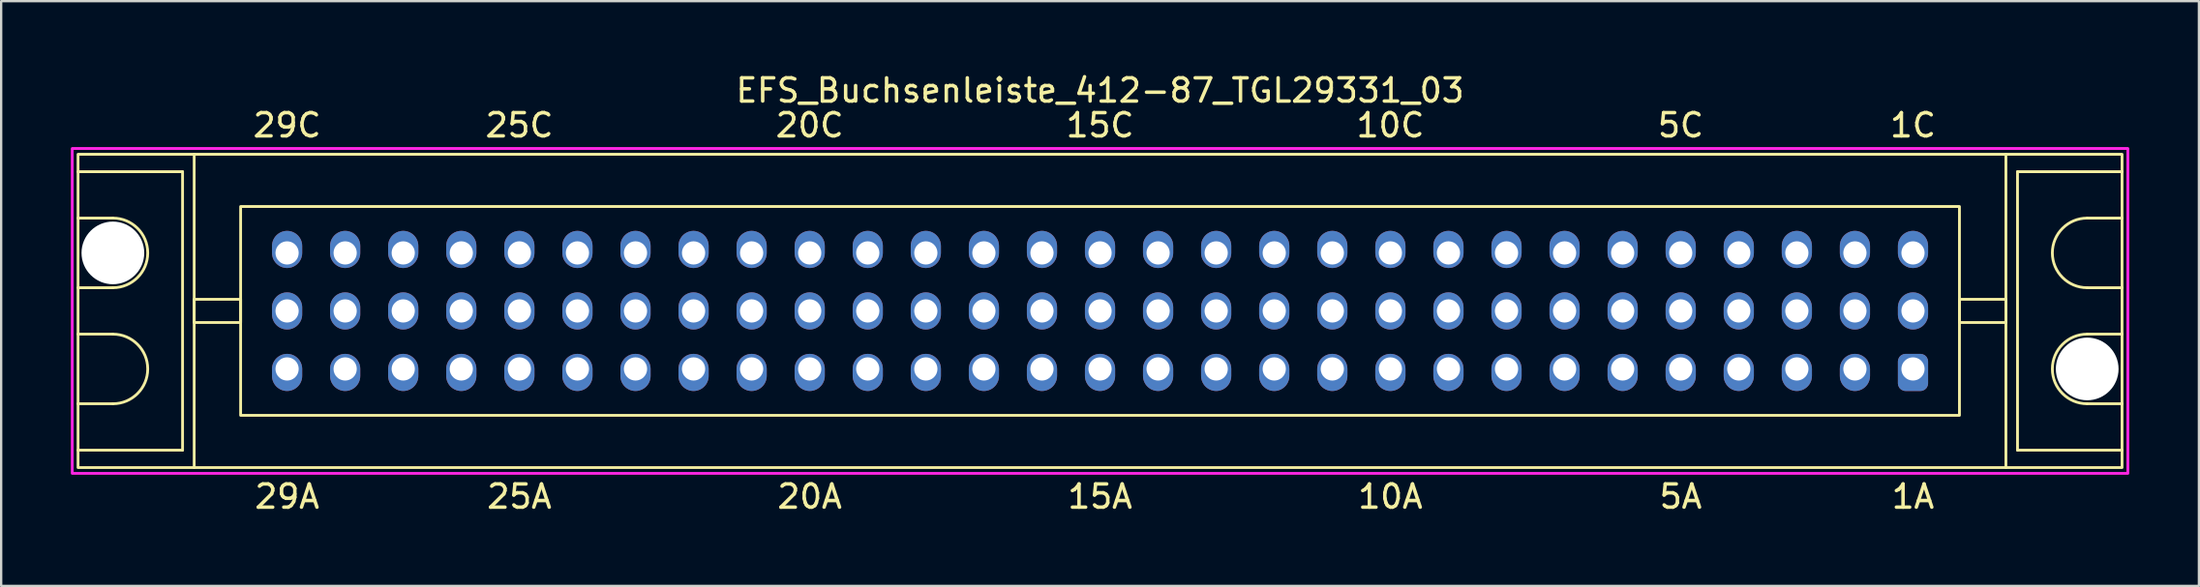
<source format=kicad_pcb>
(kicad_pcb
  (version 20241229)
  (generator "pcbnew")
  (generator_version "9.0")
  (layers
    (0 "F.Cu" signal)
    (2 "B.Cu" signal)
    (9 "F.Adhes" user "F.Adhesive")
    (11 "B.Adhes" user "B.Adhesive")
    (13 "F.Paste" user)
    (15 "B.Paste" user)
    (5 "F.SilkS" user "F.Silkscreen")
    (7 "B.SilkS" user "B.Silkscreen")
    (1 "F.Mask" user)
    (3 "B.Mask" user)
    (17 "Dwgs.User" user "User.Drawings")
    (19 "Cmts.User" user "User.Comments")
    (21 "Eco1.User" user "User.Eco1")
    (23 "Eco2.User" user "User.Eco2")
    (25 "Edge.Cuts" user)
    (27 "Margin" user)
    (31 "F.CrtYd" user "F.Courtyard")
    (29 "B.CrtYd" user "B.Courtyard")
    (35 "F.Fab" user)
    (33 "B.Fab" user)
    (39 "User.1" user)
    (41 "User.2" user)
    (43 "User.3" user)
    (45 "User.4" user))
  (footprint "EFS_Buchsenleiste_412-87_TGL29331_03"
    (layer "F.Cu")
    (at 44.31 10.348)
    (property "Reference" "EFS_Buchsenleiste_412-87_TGL29331_03" (at 0 -9.5 180) (layer "F.SilkS") (effects (font (size 1 1) (thickness 0.15))))
    (attr through_hole)
    (fp_line (start -44 -6) (end -39.5 -6) (stroke (width 0.12) (type solid)) (layer "F.SilkS"))
    (fp_line (start -42.5 -4) (end -44 -4) (stroke (width 0.12) (type solid)) (layer "F.SilkS"))
    (fp_line (start -42.5 -1) (end -44 -1) (stroke (width 0.12) (type solid)) (layer "F.SilkS"))
    (fp_line (start -42.5 1) (end -44 1) (stroke (width 0.12) (type solid)) (layer "F.SilkS"))
    (fp_line (start -42.5 4) (end -44 4) (stroke (width 0.12) (type solid)) (layer "F.SilkS"))
    (fp_line (start -39.5 -6) (end -39.5 6) (stroke (width 0.12) (type solid)) (layer "F.SilkS"))
    (fp_line (start -39.5 6) (end -44 6) (stroke (width 0.12) (type solid)) (layer "F.SilkS"))
    (fp_line (start -39 6.75) (end -39 -6.75) (stroke (width 0.12) (type solid)) (layer "F.SilkS"))
    (fp_line (start 39 6.75) (end 39 -6.75) (stroke (width 0.12) (type solid)) (layer "F.SilkS"))
    (fp_line (start 39.5 -6) (end 39.5 6) (stroke (width 0.12) (type solid)) (layer "F.SilkS"))
    (fp_line (start 39.5 6) (end 44 6) (stroke (width 0.12) (type solid)) (layer "F.SilkS"))
    (fp_line (start 42.5 -4) (end 44 -4) (stroke (width 0.12) (type solid)) (layer "F.SilkS"))
    (fp_line (start 42.5 -1) (end 44 -1) (stroke (width 0.12) (type solid)) (layer "F.SilkS"))
    (fp_line (start 42.5 1) (end 44 1) (stroke (width 0.12) (type solid)) (layer "F.SilkS"))
    (fp_line (start 42.5 4) (end 44 4) (stroke (width 0.12) (type solid)) (layer "F.SilkS"))
    (fp_line (start 44 -6) (end 39.5 -6) (stroke (width 0.12) (type solid)) (layer "F.SilkS"))
    (fp_rect (start -44 -6.75) (end 44 6.75) (stroke (width 0.12) (type solid)) (fill no) (layer "F.SilkS"))
    (fp_rect (start -39 -0.5) (end -37 0.5) (stroke (width 0.12) (type solid)) (fill no) (layer "F.SilkS"))
    (fp_rect (start -37 -4.5) (end 37 4.5) (stroke (width 0.12) (type solid)) (fill no) (layer "F.SilkS"))
    (fp_rect (start 39 -0.5) (end 37 0.5) (stroke (width 0.12) (type solid)) (fill no) (layer "F.SilkS"))
    (fp_arc (start -42.5 -4) (mid -41 -2.5) (end -42.5 -1) (stroke (width 0.12) (type solid)) (layer "F.SilkS"))
    (fp_arc (start -42.5 1) (mid -41 2.5) (end -42.5 4) (stroke (width 0.12) (type solid)) (layer "F.SilkS"))
    (fp_arc (start 42.5 -1) (mid 41 -2.5) (end 42.5 -4) (stroke (width 0.12) (type solid)) (layer "F.SilkS"))
    (fp_arc (start 42.5 4) (mid 41 2.5) (end 42.5 1) (stroke (width 0.12) (type solid)) (layer "F.SilkS"))
    (fp_rect (start -44.25 -7) (end 44.25 7) (stroke (width 0.12) (type solid)) (fill no) (layer "F.CrtYd"))
    (fp_text user "5C" (at 25 -8 180) (layer "F.SilkS") (effects (font (size 1 1) (thickness 0.15))))
    (fp_text user "20A" (at -12.5 8 180) (layer "F.SilkS") (effects (font (size 1 1) (thickness 0.15))))
    (fp_text user "29A" (at -35 8 180) (layer "F.SilkS") (effects (font (size 1 1) (thickness 0.15))))
    (fp_text user "1C" (at 35 -8 180) (layer "F.SilkS") (effects (font (size 1 1) (thickness 0.15))))
    (fp_text user "10A" (at 12.5 8 180) (layer "F.SilkS") (effects (font (size 1 1) (thickness 0.15))))
    (fp_text user "15A" (at 0 8 180) (layer "F.SilkS") (effects (font (size 1 1) (thickness 0.15))))
    (fp_text user "20C" (at -12.5 -8 180) (layer "F.SilkS") (effects (font (size 1 1) (thickness 0.15))))
    (fp_text user "1A" (at 35 8 180) (layer "F.SilkS") (effects (font (size 1 1) (thickness 0.15))))
    (fp_text user "5A" (at 25 8 180) (layer "F.SilkS") (effects (font (size 1 1) (thickness 0.15))))
    (fp_text user "25C" (at -25 -8 180) (layer "F.SilkS") (effects (font (size 1 1) (thickness 0.15))))
    (fp_text user "25A" (at -25 8 180) (layer "F.SilkS") (effects (font (size 1 1) (thickness 0.15))))
    (fp_text user "15C" (at 0 -8 180) (layer "F.SilkS") (effects (font (size 1 1) (thickness 0.15))))
    (fp_text user "10C" (at 12.5 -8 180) (layer "F.SilkS") (effects (font (size 1 1) (thickness 0.15))))
    (fp_text user "29C" (at -35 -8 180) (layer "F.SilkS") (effects (font (size 1 1) (thickness 0.15))))
    (pad "" np_thru_hole circle (at -42.5 -2.5) (size 2.7 2.7) (drill 2.7) (layers "*.Cu" "*.Mask"))
    (pad "" np_thru_hole circle (at 42.5 2.5) (size 2.7 2.7) (drill 2.7) (layers "*.Cu" "*.Mask"))
    (pad "1a" thru_hole roundrect (at 35 2.5 180) (size 1.3 1.6) (drill 1 (offset 0 -0.15)) (layers "*.Cu" "*.Mask") (roundrect_rratio 0.25))
    (pad "1b" thru_hole oval (at 35 0 180) (size 1.3 1.6) (drill 1) (layers "*.Cu" "*.Mask"))
    (pad "1c" thru_hole oval (at 35 -2.5 180) (size 1.3 1.6) (drill 1 (offset 0 0.15)) (layers "*.Cu" "*.Mask"))
    (pad "2a" thru_hole oval (at 32.5 2.5 180) (size 1.3 1.6) (drill 1 (offset 0 -0.15)) (layers "*.Cu" "*.Mask"))
    (pad "2b" thru_hole oval (at 32.5 0 180) (size 1.3 1.6) (drill 1) (layers "*.Cu" "*.Mask"))
    (pad "2c" thru_hole oval (at 32.5 -2.5 180) (size 1.3 1.6) (drill 1 (offset 0 0.15)) (layers "*.Cu" "*.Mask"))
    (pad "3a" thru_hole oval (at 30 2.5 180) (size 1.3 1.6) (drill 1 (offset 0 -0.15)) (layers "*.Cu" "*.Mask"))
    (pad "3b" thru_hole oval (at 30 0 180) (size 1.3 1.6) (drill 1) (layers "*.Cu" "*.Mask"))
    (pad "3c" thru_hole oval (at 30 -2.5 180) (size 1.3 1.6) (drill 1 (offset 0 0.15)) (layers "*.Cu" "*.Mask"))
    (pad "4a" thru_hole oval (at 27.5 2.5 180) (size 1.3 1.6) (drill 1 (offset 0 -0.15)) (layers "*.Cu" "*.Mask"))
    (pad "4b" thru_hole oval (at 27.5 0 180) (size 1.3 1.6) (drill 1) (layers "*.Cu" "*.Mask"))
    (pad "4c" thru_hole oval (at 27.5 -2.5 180) (size 1.3 1.6) (drill 1 (offset 0 0.15)) (layers "*.Cu" "*.Mask"))
    (pad "5a" thru_hole oval (at 25 2.5 180) (size 1.3 1.6) (drill 1 (offset 0 -0.15)) (layers "*.Cu" "*.Mask"))
    (pad "5b" thru_hole oval (at 25 0 180) (size 1.3 1.6) (drill 1) (layers "*.Cu" "*.Mask"))
    (pad "5c" thru_hole oval (at 25 -2.5 180) (size 1.3 1.6) (drill 1 (offset 0 0.15)) (layers "*.Cu" "*.Mask"))
    (pad "6a" thru_hole oval (at 22.5 2.5 180) (size 1.3 1.6) (drill 1 (offset 0 -0.15)) (layers "*.Cu" "*.Mask"))
    (pad "6b" thru_hole oval (at 22.5 0 180) (size 1.3 1.6) (drill 1) (layers "*.Cu" "*.Mask"))
    (pad "6c" thru_hole oval (at 22.5 -2.5 180) (size 1.3 1.6) (drill 1 (offset 0 0.15)) (layers "*.Cu" "*.Mask"))
    (pad "7a" thru_hole oval (at 20 2.5 180) (size 1.3 1.6) (drill 1 (offset 0 -0.15)) (layers "*.Cu" "*.Mask"))
    (pad "7b" thru_hole oval (at 20 0 180) (size 1.3 1.6) (drill 1) (layers "*.Cu" "*.Mask"))
    (pad "7c" thru_hole oval (at 20 -2.5 180) (size 1.3 1.6) (drill 1 (offset 0 0.15)) (layers "*.Cu" "*.Mask"))
    (pad "8a" thru_hole oval (at 17.5 2.5 180) (size 1.3 1.6) (drill 1 (offset 0 -0.15)) (layers "*.Cu" "*.Mask"))
    (pad "8b" thru_hole oval (at 17.5 0 180) (size 1.3 1.6) (drill 1) (layers "*.Cu" "*.Mask"))
    (pad "8c" thru_hole oval (at 17.5 -2.5 180) (size 1.3 1.6) (drill 1 (offset 0 0.15)) (layers "*.Cu" "*.Mask"))
    (pad "9a" thru_hole oval (at 15 2.5 180) (size 1.3 1.6) (drill 1 (offset 0 -0.15)) (layers "*.Cu" "*.Mask"))
    (pad "9b" thru_hole oval (at 15 0 180) (size 1.3 1.6) (drill 1) (layers "*.Cu" "*.Mask"))
    (pad "9c" thru_hole oval (at 15 -2.5 180) (size 1.3 1.6) (drill 1 (offset 0 0.15)) (layers "*.Cu" "*.Mask"))
    (pad "10a" thru_hole oval (at 12.5 2.5 180) (size 1.3 1.6) (drill 1 (offset 0 -0.15)) (layers "*.Cu" "*.Mask"))
    (pad "10b" thru_hole oval (at 12.5 0 180) (size 1.3 1.6) (drill 1) (layers "*.Cu" "*.Mask"))
    (pad "10c" thru_hole oval (at 12.5 -2.5 180) (size 1.3 1.6) (drill 1 (offset 0 0.15)) (layers "*.Cu" "*.Mask"))
    (pad "11a" thru_hole oval (at 10 2.5 180) (size 1.3 1.6) (drill 1 (offset 0 -0.15)) (layers "*.Cu" "*.Mask"))
    (pad "11b" thru_hole oval (at 10 0 180) (size 1.3 1.6) (drill 1) (layers "*.Cu" "*.Mask"))
    (pad "11c" thru_hole oval (at 10 -2.5 180) (size 1.3 1.6) (drill 1 (offset 0 0.15)) (layers "*.Cu" "*.Mask"))
    (pad "12a" thru_hole oval (at 7.5 2.5 180) (size 1.3 1.6) (drill 1 (offset 0 -0.15)) (layers "*.Cu" "*.Mask"))
    (pad "12b" thru_hole oval (at 7.5 0 180) (size 1.3 1.6) (drill 1) (layers "*.Cu" "*.Mask"))
    (pad "12c" thru_hole oval (at 7.5 -2.5 180) (size 1.3 1.6) (drill 1 (offset 0 0.15)) (layers "*.Cu" "*.Mask"))
    (pad "13a" thru_hole oval (at 5 2.5 180) (size 1.3 1.6) (drill 1 (offset 0 -0.15)) (layers "*.Cu" "*.Mask"))
    (pad "13b" thru_hole oval (at 5 0 180) (size 1.3 1.6) (drill 1) (layers "*.Cu" "*.Mask"))
    (pad "13c" thru_hole oval (at 5 -2.5 180) (size 1.3 1.6) (drill 1 (offset 0 0.15)) (layers "*.Cu" "*.Mask"))
    (pad "14a" thru_hole oval (at 2.5 2.5 180) (size 1.3 1.6) (drill 1 (offset 0 -0.15)) (layers "*.Cu" "*.Mask"))
    (pad "14b" thru_hole oval (at 2.5 0 180) (size 1.3 1.6) (drill 1) (layers "*.Cu" "*.Mask"))
    (pad "14c" thru_hole oval (at 2.5 -2.5 180) (size 1.3 1.6) (drill 1 (offset 0 0.15)) (layers "*.Cu" "*.Mask"))
    (pad "15a" thru_hole oval (at 0 2.5 180) (size 1.3 1.6) (drill 1 (offset 0 -0.15)) (layers "*.Cu" "*.Mask"))
    (pad "15b" thru_hole oval (at 0 0 180) (size 1.3 1.6) (drill 1) (layers "*.Cu" "*.Mask"))
    (pad "15c" thru_hole oval (at 0 -2.5 180) (size 1.3 1.6) (drill 1 (offset 0 0.15)) (layers "*.Cu" "*.Mask"))
    (pad "16a" thru_hole oval (at -2.5 2.5 180) (size 1.3 1.6) (drill 1 (offset 0 -0.15)) (layers "*.Cu" "*.Mask"))
    (pad "16b" thru_hole oval (at -2.5 0 180) (size 1.3 1.6) (drill 1) (layers "*.Cu" "*.Mask"))
    (pad "16c" thru_hole oval (at -2.5 -2.5 180) (size 1.3 1.6) (drill 1 (offset 0 0.15)) (layers "*.Cu" "*.Mask"))
    (pad "17a" thru_hole oval (at -5 2.5 180) (size 1.3 1.6) (drill 1 (offset 0 -0.15)) (layers "*.Cu" "*.Mask"))
    (pad "17b" thru_hole oval (at -5 0 180) (size 1.3 1.6) (drill 1) (layers "*.Cu" "*.Mask"))
    (pad "17c" thru_hole oval (at -5 -2.5 180) (size 1.3 1.6) (drill 1 (offset 0 0.15)) (layers "*.Cu" "*.Mask"))
    (pad "18a" thru_hole oval (at -7.5 2.5 180) (size 1.3 1.6) (drill 1 (offset 0 -0.15)) (layers "*.Cu" "*.Mask"))
    (pad "18b" thru_hole oval (at -7.5 0 180) (size 1.3 1.6) (drill 1) (layers "*.Cu" "*.Mask"))
    (pad "18c" thru_hole oval (at -7.5 -2.5 180) (size 1.3 1.6) (drill 1 (offset 0 0.15)) (layers "*.Cu" "*.Mask"))
    (pad "19a" thru_hole oval (at -10 2.5 180) (size 1.3 1.6) (drill 1 (offset 0 -0.15)) (layers "*.Cu" "*.Mask"))
    (pad "19b" thru_hole oval (at -10 0 180) (size 1.3 1.6) (drill 1) (layers "*.Cu" "*.Mask"))
    (pad "19c" thru_hole oval (at -10 -2.5 180) (size 1.3 1.6) (drill 1 (offset 0 0.15)) (layers "*.Cu" "*.Mask"))
    (pad "20a" thru_hole oval (at -12.5 2.5 180) (size 1.3 1.6) (drill 1 (offset 0 -0.15)) (layers "*.Cu" "*.Mask"))
    (pad "20b" thru_hole oval (at -12.5 0 180) (size 1.3 1.6) (drill 1) (layers "*.Cu" "*.Mask"))
    (pad "20c" thru_hole oval (at -12.5 -2.5 180) (size 1.3 1.6) (drill 1 (offset 0 0.15)) (layers "*.Cu" "*.Mask"))
    (pad "21a" thru_hole oval (at -15 2.5 180) (size 1.3 1.6) (drill 1 (offset 0 -0.15)) (layers "*.Cu" "*.Mask"))
    (pad "21b" thru_hole oval (at -15 0 180) (size 1.3 1.6) (drill 1) (layers "*.Cu" "*.Mask"))
    (pad "21c" thru_hole oval (at -15 -2.5 180) (size 1.3 1.6) (drill 1 (offset 0 0.15)) (layers "*.Cu" "*.Mask"))
    (pad "22a" thru_hole oval (at -17.5 2.5 180) (size 1.3 1.6) (drill 1 (offset 0 -0.15)) (layers "*.Cu" "*.Mask"))
    (pad "22b" thru_hole oval (at -17.5 0 180) (size 1.3 1.6) (drill 1) (layers "*.Cu" "*.Mask"))
    (pad "22c" thru_hole oval (at -17.5 -2.5 180) (size 1.3 1.6) (drill 1 (offset 0 0.15)) (layers "*.Cu" "*.Mask"))
    (pad "23a" thru_hole oval (at -20 2.5 180) (size 1.3 1.6) (drill 1 (offset 0 -0.15)) (layers "*.Cu" "*.Mask"))
    (pad "23b" thru_hole oval (at -20 0 180) (size 1.3 1.6) (drill 1) (layers "*.Cu" "*.Mask"))
    (pad "23c" thru_hole oval (at -20 -2.5 180) (size 1.3 1.6) (drill 1 (offset 0 0.15)) (layers "*.Cu" "*.Mask"))
    (pad "24a" thru_hole oval (at -22.5 2.5 180) (size 1.3 1.6) (drill 1 (offset 0 -0.15)) (layers "*.Cu" "*.Mask"))
    (pad "24b" thru_hole oval (at -22.5 0 180) (size 1.3 1.6) (drill 1) (layers "*.Cu" "*.Mask"))
    (pad "24c" thru_hole oval (at -22.5 -2.5 180) (size 1.3 1.6) (drill 1 (offset 0 0.15)) (layers "*.Cu" "*.Mask"))
    (pad "25a" thru_hole oval (at -25 2.5 180) (size 1.3 1.6) (drill 1 (offset 0 -0.15)) (layers "*.Cu" "*.Mask"))
    (pad "25b" thru_hole oval (at -25 0 180) (size 1.3 1.6) (drill 1) (layers "*.Cu" "*.Mask"))
    (pad "25c" thru_hole oval (at -25 -2.5 180) (size 1.3 1.6) (drill 1 (offset 0 0.15)) (layers "*.Cu" "*.Mask"))
    (pad "26a" thru_hole oval (at -27.5 2.5 180) (size 1.3 1.6) (drill 1 (offset 0 -0.15)) (layers "*.Cu" "*.Mask"))
    (pad "26b" thru_hole oval (at -27.5 0 180) (size 1.3 1.6) (drill 1) (layers "*.Cu" "*.Mask"))
    (pad "26c" thru_hole oval (at -27.5 -2.5 180) (size 1.3 1.6) (drill 1 (offset 0 0.15)) (layers "*.Cu" "*.Mask"))
    (pad "27a" thru_hole oval (at -30 2.5 180) (size 1.3 1.6) (drill 1 (offset 0 -0.15)) (layers "*.Cu" "*.Mask"))
    (pad "27b" thru_hole oval (at -30 0 180) (size 1.3 1.6) (drill 1) (layers "*.Cu" "*.Mask"))
    (pad "27c" thru_hole oval (at -30 -2.5 180) (size 1.3 1.6) (drill 1 (offset 0 0.15)) (layers "*.Cu" "*.Mask"))
    (pad "28a" thru_hole oval (at -32.5 2.5 180) (size 1.3 1.6) (drill 1 (offset 0 -0.15)) (layers "*.Cu" "*.Mask"))
    (pad "28b" thru_hole oval (at -32.5 0 180) (size 1.3 1.6) (drill 1) (layers "*.Cu" "*.Mask"))
    (pad "28c" thru_hole oval (at -32.5 -2.5 180) (size 1.3 1.6) (drill 1 (offset 0 0.15)) (layers "*.Cu" "*.Mask"))
    (pad "29a" thru_hole oval (at -35 2.5 180) (size 1.3 1.6) (drill 1 (offset 0 -0.15)) (layers "*.Cu" "*.Mask"))
    (pad "29b" thru_hole oval (at -35 0 180) (size 1.3 1.6) (drill 1) (layers "*.Cu" "*.Mask"))
    (pad "29c" thru_hole oval (at -35 -2.5 180) (size 1.3 1.6) (drill 1 (offset 0 0.15)) (layers "*.Cu" "*.Mask")))
  (gr_rect
    (start -3 -3)
    (end 91.62 22.197)
    (stroke (width 0.1) (type default))
    (fill no)
    (layer "Edge.Cuts")))
</source>
